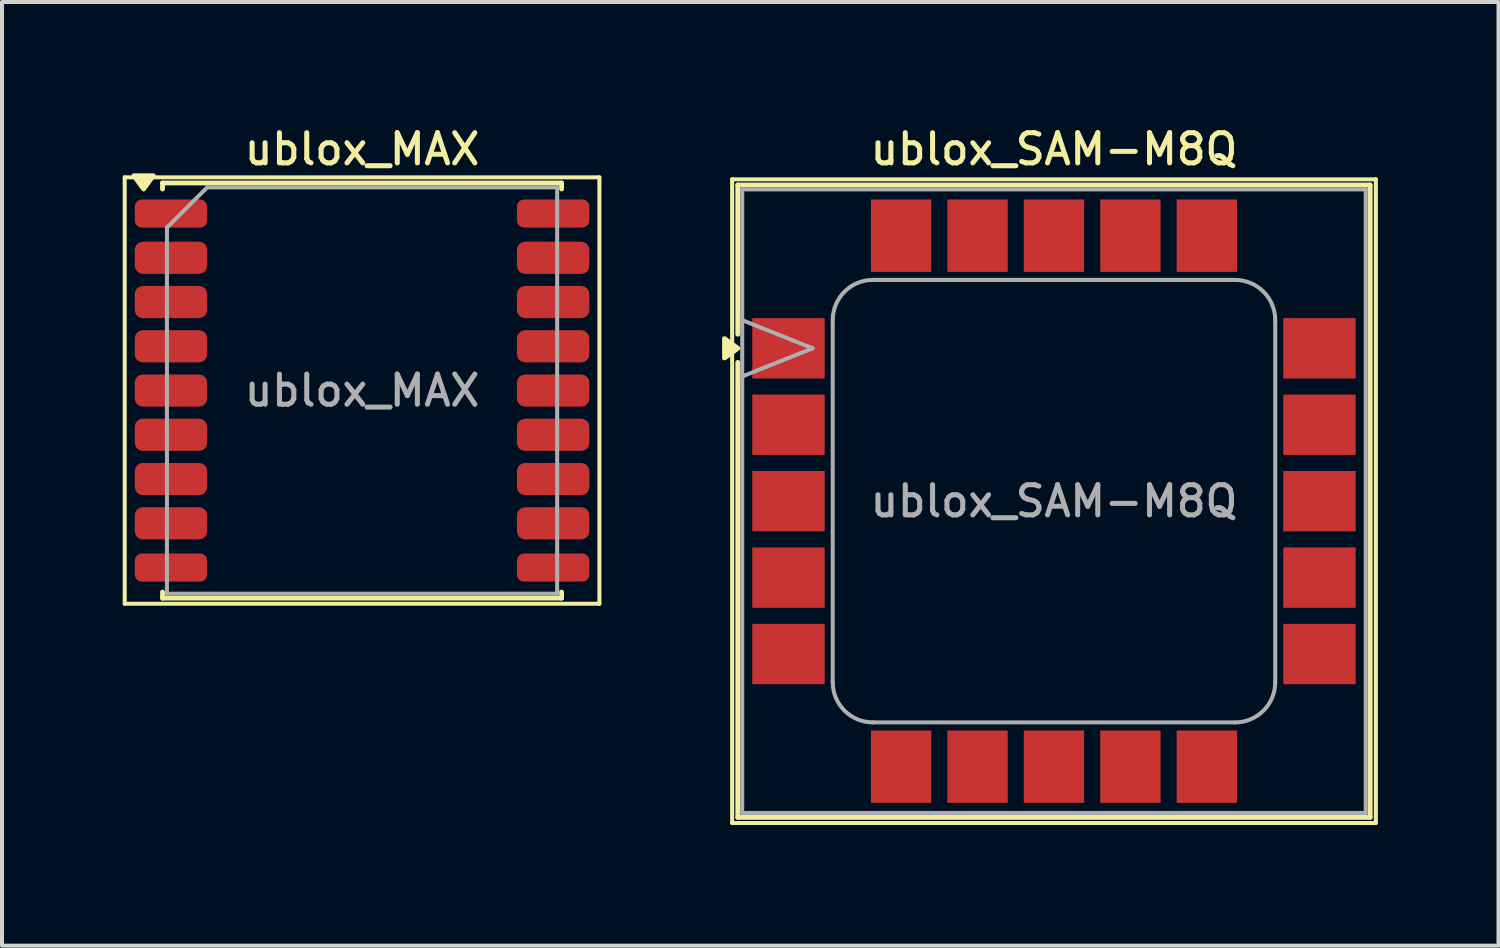
<source format=kicad_pcb>
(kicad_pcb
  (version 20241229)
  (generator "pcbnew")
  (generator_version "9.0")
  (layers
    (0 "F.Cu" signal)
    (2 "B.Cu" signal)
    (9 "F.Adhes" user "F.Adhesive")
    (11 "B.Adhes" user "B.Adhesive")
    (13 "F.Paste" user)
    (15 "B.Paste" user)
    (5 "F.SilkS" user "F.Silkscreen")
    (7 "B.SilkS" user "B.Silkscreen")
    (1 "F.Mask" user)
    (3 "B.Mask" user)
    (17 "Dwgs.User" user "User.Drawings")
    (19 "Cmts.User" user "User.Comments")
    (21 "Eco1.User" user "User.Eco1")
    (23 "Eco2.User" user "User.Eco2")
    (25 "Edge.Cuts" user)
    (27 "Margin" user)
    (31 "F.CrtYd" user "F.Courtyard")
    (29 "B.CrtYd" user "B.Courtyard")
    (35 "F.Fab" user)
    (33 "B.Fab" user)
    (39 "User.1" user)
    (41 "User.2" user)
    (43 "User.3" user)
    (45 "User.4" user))
  (footprint "ublox_MAX"
    (layer "F.Cu")
    (at 5.95 6.658)
    (property "Reference" "ublox_MAX" (at 0 -6 0) (layer "F.SilkS") (effects (font (size 0.75 0.75) (thickness 0.125))))
    (attr smd)
    (fp_line (start -5.9 -5.3) (end -5.9 5.3) (stroke (width 0.1) (type solid)) (layer "F.SilkS"))
    (fp_line (start -5.9 -5.3) (end 5.9 -5.3) (stroke (width 0.1) (type solid)) (layer "F.SilkS"))
    (fp_line (start -5.9 5.3) (end 5.9 5.3) (stroke (width 0.1) (type solid)) (layer "F.SilkS"))
    (fp_line (start -4.96 -5.16) (end -4.96 -5.01) (stroke (width 0.12) (type solid)) (layer "F.SilkS"))
    (fp_line (start -4.96 -5.16) (end 4.96 -5.16) (stroke (width 0.12) (type solid)) (layer "F.SilkS"))
    (fp_line (start -4.96 5.01) (end -4.96 5.16) (stroke (width 0.12) (type solid)) (layer "F.SilkS"))
    (fp_line (start -4.96 5.16) (end 4.96 5.16) (stroke (width 0.12) (type solid)) (layer "F.SilkS"))
    (fp_line (start 4.96 -5.16) (end 4.96 -5.01) (stroke (width 0.12) (type solid)) (layer "F.SilkS"))
    (fp_line (start 4.96 5.01) (end 4.96 5.16) (stroke (width 0.12) (type solid)) (layer "F.SilkS"))
    (fp_line (start 5.9 -5.3) (end 5.9 5.3) (stroke (width 0.1) (type solid)) (layer "F.SilkS"))
    (fp_poly (pts (xy -5.43 -5.01) (xy -5.67 -5.34) (xy -5.19 -5.34) (xy -5.43 -5.01)) (stroke (width 0.12) (type solid)) (fill yes) (layer "F.SilkS"))
    (fp_line (start -4.85 -4.05) (end -4.85 5.05) (stroke (width 0.1) (type solid)) (layer "F.Fab"))
    (fp_line (start -4.85 5.05) (end 4.85 5.05) (stroke (width 0.1) (type solid)) (layer "F.Fab"))
    (fp_line (start -3.85 -5.05) (end -4.85 -4.05) (stroke (width 0.1) (type solid)) (layer "F.Fab"))
    (fp_line (start -3.85 -5.05) (end 4.85 -5.05) (stroke (width 0.1) (type solid)) (layer "F.Fab"))
    (fp_line (start 4.85 -5.05) (end 4.85 5.05) (stroke (width 0.1) (type solid)) (layer "F.Fab"))
    (fp_text user "${REFERENCE}" (at 0 0 0) (layer "F.Fab") (effects (font (size 0.75 0.75) (thickness 0.125))))
    (pad "1" smd roundrect (at -4.75 -4.4) (size 1.8 0.7) (layers "F.Cu" "F.Mask" "F.Paste") (roundrect_rratio 0.25))
    (pad "2" smd roundrect (at -4.75 -3.3) (size 1.8 0.8) (layers "F.Cu" "F.Mask" "F.Paste") (roundrect_rratio 0.25))
    (pad "3" smd roundrect (at -4.75 -2.2) (size 1.8 0.8) (layers "F.Cu" "F.Mask" "F.Paste") (roundrect_rratio 0.25))
    (pad "4" smd roundrect (at -4.75 -1.1) (size 1.8 0.8) (layers "F.Cu" "F.Mask" "F.Paste") (roundrect_rratio 0.25))
    (pad "5" smd roundrect (at -4.75 0) (size 1.8 0.8) (layers "F.Cu" "F.Mask" "F.Paste") (roundrect_rratio 0.25))
    (pad "6" smd roundrect (at -4.75 1.1) (size 1.8 0.8) (layers "F.Cu" "F.Mask" "F.Paste") (roundrect_rratio 0.25))
    (pad "7" smd roundrect (at -4.75 2.2) (size 1.8 0.8) (layers "F.Cu" "F.Mask" "F.Paste") (roundrect_rratio 0.25))
    (pad "8" smd roundrect (at -4.75 3.3) (size 1.8 0.8) (layers "F.Cu" "F.Mask" "F.Paste") (roundrect_rratio 0.25))
    (pad "9" smd roundrect (at -4.75 4.4) (size 1.8 0.7) (layers "F.Cu" "F.Mask" "F.Paste") (roundrect_rratio 0.25))
    (pad "10" smd roundrect (at 4.75 4.4) (size 1.8 0.7) (layers "F.Cu" "F.Mask" "F.Paste") (roundrect_rratio 0.25))
    (pad "11" smd roundrect (at 4.75 3.3) (size 1.8 0.8) (layers "F.Cu" "F.Mask" "F.Paste") (roundrect_rratio 0.25))
    (pad "12" smd roundrect (at 4.75 2.2) (size 1.8 0.8) (layers "F.Cu" "F.Mask" "F.Paste") (roundrect_rratio 0.25))
    (pad "13" smd roundrect (at 4.75 1.1) (size 1.8 0.8) (layers "F.Cu" "F.Mask" "F.Paste") (roundrect_rratio 0.25))
    (pad "14" smd roundrect (at 4.75 0) (size 1.8 0.8) (layers "F.Cu" "F.Mask" "F.Paste") (roundrect_rratio 0.25))
    (pad "15" smd roundrect (at 4.75 -1.1) (size 1.8 0.8) (layers "F.Cu" "F.Mask" "F.Paste") (roundrect_rratio 0.25))
    (pad "16" smd roundrect (at 4.75 -2.2) (size 1.8 0.8) (layers "F.Cu" "F.Mask" "F.Paste") (roundrect_rratio 0.25))
    (pad "17" smd roundrect (at 4.75 -3.3) (size 1.8 0.8) (layers "F.Cu" "F.Mask" "F.Paste") (roundrect_rratio 0.25))
    (pad "18" smd roundrect (at 4.75 -4.4) (size 1.8 0.7) (layers "F.Cu" "F.Mask" "F.Paste") (roundrect_rratio 0.25)))
  (footprint "ublox_SAM-M8Q"
    (layer "F.Cu")
    (at 23.15 9.408)
    (property "Reference" "ublox_SAM-M8Q" (at 0 -8.75 0) (layer "F.SilkS") (effects (font (size 0.75 0.75) (thickness 0.125))))
    (attr smd)
    (fp_line (start -8 -8) (end -8 8) (stroke (width 0.1) (type solid)) (layer "F.SilkS"))
    (fp_line (start -8 8) (end 8 8) (stroke (width 0.1) (type solid)) (layer "F.SilkS"))
    (fp_line (start -7.86 -7.86) (end -7.86 -4.15) (stroke (width 0.12) (type solid)) (layer "F.SilkS"))
    (fp_line (start -7.86 -7.86) (end 7.86 -7.86) (stroke (width 0.12) (type solid)) (layer "F.SilkS"))
    (fp_line (start -7.86 -3.45) (end -7.86 7.86) (stroke (width 0.12) (type solid)) (layer "F.SilkS"))
    (fp_line (start -7.86 7.86) (end 7.86 7.86) (stroke (width 0.12) (type solid)) (layer "F.SilkS"))
    (fp_line (start 7.86 -7.86) (end 7.86 7.86) (stroke (width 0.12) (type solid)) (layer "F.SilkS"))
    (fp_line (start 8 -8) (end -8 -8) (stroke (width 0.1) (type solid)) (layer "F.SilkS"))
    (fp_line (start 8 8) (end 8 -8) (stroke (width 0.1) (type solid)) (layer "F.SilkS"))
    (fp_poly (pts (xy -7.86 -3.8) (xy -8.19 -3.56) (xy -8.19 -4.04) (xy -7.86 -3.8)) (stroke (width 0.12) (type solid)) (fill yes) (layer "F.SilkS"))
    (fp_line (start -7.75 -7.75) (end -7.75 7.75) (stroke (width 0.1) (type solid)) (layer "F.Fab"))
    (fp_line (start -7.75 7.75) (end 7.75 7.75) (stroke (width 0.1) (type solid)) (layer "F.Fab"))
    (fp_line (start -6 -3.8) (end -7.75 -4.5) (stroke (width 0.1) (type solid)) (layer "F.Fab"))
    (fp_line (start -6 -3.8) (end -7.75 -3.1) (stroke (width 0.1) (type solid)) (layer "F.Fab"))
    (fp_line (start -5.5 -4.5) (end -5.5 4.5) (stroke (width 0.1) (type solid)) (layer "F.Fab"))
    (fp_line (start -4.5 5.5) (end 4.5 5.5) (stroke (width 0.1) (type solid)) (layer "F.Fab"))
    (fp_line (start 4.5 -5.5) (end -4.5 -5.5) (stroke (width 0.1) (type solid)) (layer "F.Fab"))
    (fp_line (start 5.5 4.5) (end 5.5 -4.5) (stroke (width 0.1) (type solid)) (layer "F.Fab"))
    (fp_line (start 7.75 -7.75) (end -7.75 -7.75) (stroke (width 0.1) (type solid)) (layer "F.Fab"))
    (fp_line (start 7.75 7.75) (end 7.75 -7.75) (stroke (width 0.1) (type solid)) (layer "F.Fab"))
    (fp_arc (start -5.5 -4.5) (mid -5.207107 -5.207107) (end -4.5 -5.5) (stroke (width 0.1) (type solid)) (layer "F.Fab"))
    (fp_arc (start -4.5 5.5) (mid -5.207107 5.207107) (end -5.5 4.5) (stroke (width 0.1) (type solid)) (layer "F.Fab"))
    (fp_arc (start 4.5 -5.5) (mid 5.207107 -5.207107) (end 5.5 -4.5) (stroke (width 0.1) (type solid)) (layer "F.Fab"))
    (fp_arc (start 5.5 4.5) (mid 5.207107 5.207107) (end 4.5 5.5) (stroke (width 0.1) (type solid)) (layer "F.Fab"))
    (fp_text user "${REFERENCE}" (at 0 0 0) (layer "F.Fab") (effects (font (size 0.75 0.75) (thickness 0.125))))
    (pad "" smd rect (at -7.1 -4.225) (size 0.72 0.58) (layers "F.Paste"))
    (pad "" smd rect (at -7.1 -3.375) (size 0.72 0.58) (layers "F.Paste"))
    (pad "" smd rect (at -7.1 -2.325) (size 0.72 0.58) (layers "F.Paste"))
    (pad "" smd rect (at -7.1 -1.475) (size 0.72 0.58) (layers "F.Paste"))
    (pad "" smd rect (at -7.1 -0.425) (size 0.72 0.58) (layers "F.Paste"))
    (pad "" smd rect (at -7.1 0.425) (size 0.72 0.58) (layers "F.Paste"))
    (pad "" smd rect (at -7.1 1.475) (size 0.72 0.58) (layers "F.Paste"))
    (pad "" smd rect (at -7.1 2.325) (size 0.72 0.58) (layers "F.Paste"))
    (pad "" smd rect (at -7.1 3.375) (size 0.72 0.58) (layers "F.Paste"))
    (pad "" smd rect (at -7.1 4.225) (size 0.72 0.58) (layers "F.Paste"))
    (pad "" smd rect (at -6.1 -4.225) (size 0.72 0.58) (layers "F.Paste"))
    (pad "" smd rect (at -6.1 -3.375) (size 0.72 0.58) (layers "F.Paste"))
    (pad "" smd rect (at -6.1 -2.325) (size 0.72 0.58) (layers "F.Paste"))
    (pad "" smd rect (at -6.1 -1.475) (size 0.72 0.58) (layers "F.Paste"))
    (pad "" smd rect (at -6.1 -0.425) (size 0.72 0.58) (layers "F.Paste"))
    (pad "" smd rect (at -6.1 0.425) (size 0.72 0.58) (layers "F.Paste"))
    (pad "" smd rect (at -6.1 1.475) (size 0.72 0.58) (layers "F.Paste"))
    (pad "" smd rect (at -6.1 2.325) (size 0.72 0.58) (layers "F.Paste"))
    (pad "" smd rect (at -6.1 3.375) (size 0.72 0.58) (layers "F.Paste"))
    (pad "" smd rect (at -6.1 4.225) (size 0.72 0.58) (layers "F.Paste"))
    (pad "" smd rect (at -4.225 -7.1) (size 0.58 0.72) (layers "F.Paste"))
    (pad "" smd rect (at -4.225 -6.1) (size 0.58 0.72) (layers "F.Paste"))
    (pad "" smd rect (at -4.225 6.1) (size 0.58 0.72) (layers "F.Paste"))
    (pad "" smd rect (at -4.225 7.1) (size 0.58 0.72) (layers "F.Paste"))
    (pad "" smd rect (at -3.375 -7.1) (size 0.58 0.72) (layers "F.Paste"))
    (pad "" smd rect (at -3.375 -6.1) (size 0.58 0.72) (layers "F.Paste"))
    (pad "" smd rect (at -3.375 6.1) (size 0.58 0.72) (layers "F.Paste"))
    (pad "" smd rect (at -3.375 7.1) (size 0.58 0.72) (layers "F.Paste"))
    (pad "" smd rect (at -2.325 -7.1) (size 0.58 0.72) (layers "F.Paste"))
    (pad "" smd rect (at -2.325 -6.1) (size 0.58 0.72) (layers "F.Paste"))
    (pad "" smd rect (at -2.325 6.1) (size 0.58 0.72) (layers "F.Paste"))
    (pad "" smd rect (at -2.325 7.1) (size 0.58 0.72) (layers "F.Paste"))
    (pad "" smd rect (at -1.475 -7.1) (size 0.58 0.72) (layers "F.Paste"))
    (pad "" smd rect (at -1.475 -6.1) (size 0.58 0.72) (layers "F.Paste"))
    (pad "" smd rect (at -1.475 6.1) (size 0.58 0.72) (layers "F.Paste"))
    (pad "" smd rect (at -1.475 7.1) (size 0.58 0.72) (layers "F.Paste"))
    (pad "" smd rect (at -0.425 -7.1) (size 0.58 0.72) (layers "F.Paste"))
    (pad "" smd rect (at -0.425 -6.1) (size 0.58 0.72) (layers "F.Paste"))
    (pad "" smd rect (at -0.425 6.1) (size 0.58 0.72) (layers "F.Paste"))
    (pad "" smd rect (at -0.425 7.1) (size 0.58 0.72) (layers "F.Paste"))
    (pad "" smd rect (at 0.425 -7.1) (size 0.58 0.72) (layers "F.Paste"))
    (pad "" smd rect (at 0.425 -6.1) (size 0.58 0.72) (layers "F.Paste"))
    (pad "" smd rect (at 0.425 6.1) (size 0.58 0.72) (layers "F.Paste"))
    (pad "" smd rect (at 0.425 7.1) (size 0.58 0.72) (layers "F.Paste"))
    (pad "" smd rect (at 1.475 -7.1) (size 0.58 0.72) (layers "F.Paste"))
    (pad "" smd rect (at 1.475 -6.1) (size 0.58 0.72) (layers "F.Paste"))
    (pad "" smd rect (at 1.475 6.1) (size 0.58 0.72) (layers "F.Paste"))
    (pad "" smd rect (at 1.475 7.1) (size 0.58 0.72) (layers "F.Paste"))
    (pad "" smd rect (at 2.325 -7.1) (size 0.58 0.72) (layers "F.Paste"))
    (pad "" smd rect (at 2.325 -6.1) (size 0.58 0.72) (layers "F.Paste"))
    (pad "" smd rect (at 2.325 6.1) (size 0.58 0.72) (layers "F.Paste"))
    (pad "" smd rect (at 2.325 7.1) (size 0.58 0.72) (layers "F.Paste"))
    (pad "" smd rect (at 3.375 -7.1) (size 0.58 0.72) (layers "F.Paste"))
    (pad "" smd rect (at 3.375 -6.1) (size 0.58 0.72) (layers "F.Paste"))
    (pad "" smd rect (at 3.375 6.1) (size 0.58 0.72) (layers "F.Paste"))
    (pad "" smd rect (at 3.375 7.1) (size 0.58 0.72) (layers "F.Paste"))
    (pad "" smd rect (at 4.225 -7.1) (size 0.58 0.72) (layers "F.Paste"))
    (pad "" smd rect (at 4.225 -6.1) (size 0.58 0.72) (layers "F.Paste"))
    (pad "" smd rect (at 4.225 6.1) (size 0.58 0.72) (layers "F.Paste"))
    (pad "" smd rect (at 4.225 7.1) (size 0.58 0.72) (layers "F.Paste"))
    (pad "" smd rect (at 6.1 -4.225) (size 0.72 0.58) (layers "F.Paste"))
    (pad "" smd rect (at 6.1 -3.375) (size 0.72 0.58) (layers "F.Paste"))
    (pad "" smd rect (at 6.1 -2.325) (size 0.72 0.58) (layers "F.Paste"))
    (pad "" smd rect (at 6.1 -1.475) (size 0.72 0.58) (layers "F.Paste"))
    (pad "" smd rect (at 6.1 -0.425) (size 0.72 0.58) (layers "F.Paste"))
    (pad "" smd rect (at 6.1 0.425) (size 0.72 0.58) (layers "F.Paste"))
    (pad "" smd rect (at 6.1 1.475) (size 0.72 0.58) (layers "F.Paste"))
    (pad "" smd rect (at 6.1 2.325) (size 0.72 0.58) (layers "F.Paste"))
    (pad "" smd rect (at 6.1 3.375) (size 0.72 0.58) (layers "F.Paste"))
    (pad "" smd rect (at 6.1 4.225) (size 0.72 0.58) (layers "F.Paste"))
    (pad "" smd rect (at 7.1 -4.225) (size 0.72 0.58) (layers "F.Paste"))
    (pad "" smd rect (at 7.1 -3.375) (size 0.72 0.58) (layers "F.Paste"))
    (pad "" smd rect (at 7.1 -2.325) (size 0.72 0.58) (layers "F.Paste"))
    (pad "" smd rect (at 7.1 -1.475) (size 0.72 0.58) (layers "F.Paste"))
    (pad "" smd rect (at 7.1 -0.425) (size 0.72 0.58) (layers "F.Paste"))
    (pad "" smd rect (at 7.1 0.425) (size 0.72 0.58) (layers "F.Paste"))
    (pad "" smd rect (at 7.1 1.475) (size 0.72 0.58) (layers "F.Paste"))
    (pad "" smd rect (at 7.1 2.325) (size 0.72 0.58) (layers "F.Paste"))
    (pad "" smd rect (at 7.1 3.375) (size 0.72 0.58) (layers "F.Paste"))
    (pad "" smd rect (at 7.1 4.225) (size 0.72 0.58) (layers "F.Paste"))
    (pad "1" smd rect (at -6.6 -3.8) (size 1.8 1.5) (layers "F.Cu" "F.Mask"))
    (pad "2" smd rect (at -6.6 -1.9) (size 1.8 1.5) (layers "F.Cu" "F.Mask"))
    (pad "3" smd rect (at -6.6 0) (size 1.8 1.5) (layers "F.Cu" "F.Mask"))
    (pad "4" smd rect (at -6.6 1.9) (size 1.8 1.5) (layers "F.Cu" "F.Mask"))
    (pad "5" smd rect (at -6.6 3.8) (size 1.8 1.5) (layers "F.Cu" "F.Mask"))
    (pad "6" smd rect (at -3.8 6.6) (size 1.5 1.8) (layers "F.Cu" "F.Mask"))
    (pad "7" smd rect (at -1.9 6.6) (size 1.5 1.8) (layers "F.Cu" "F.Mask"))
    (pad "8" smd rect (at 0 6.6) (size 1.5 1.8) (layers "F.Cu" "F.Mask"))
    (pad "9" smd rect (at 1.9 6.6) (size 1.5 1.8) (layers "F.Cu" "F.Mask"))
    (pad "10" smd rect (at 3.8 6.6) (size 1.5 1.8) (layers "F.Cu" "F.Mask"))
    (pad "11" smd rect (at 6.6 3.8) (size 1.8 1.5) (layers "F.Cu" "F.Mask"))
    (pad "12" smd rect (at 6.6 1.9) (size 1.8 1.5) (layers "F.Cu" "F.Mask"))
    (pad "13" smd rect (at 6.6 0) (size 1.8 1.5) (layers "F.Cu" "F.Mask"))
    (pad "14" smd rect (at 6.6 -1.9) (size 1.8 1.5) (layers "F.Cu" "F.Mask"))
    (pad "15" smd rect (at 6.6 -3.8) (size 1.8 1.5) (layers "F.Cu" "F.Mask"))
    (pad "16" smd rect (at 3.8 -6.6) (size 1.5 1.8) (layers "F.Cu" "F.Mask"))
    (pad "17" smd rect (at 1.9 -6.6) (size 1.5 1.8) (layers "F.Cu" "F.Mask"))
    (pad "18" smd rect (at 0 -6.6) (size 1.5 1.8) (layers "F.Cu" "F.Mask"))
    (pad "19" smd rect (at -1.9 -6.6) (size 1.5 1.8) (layers "F.Cu" "F.Mask"))
    (pad "20" smd rect (at -3.8 -6.6) (size 1.5 1.8) (layers "F.Cu" "F.Mask")))
  (gr_rect
    (start -3 -3)
    (end 34.2 20.458)
    (stroke (width 0.1) (type default))
    (fill no)
    (layer "Edge.Cuts")))
</source>
